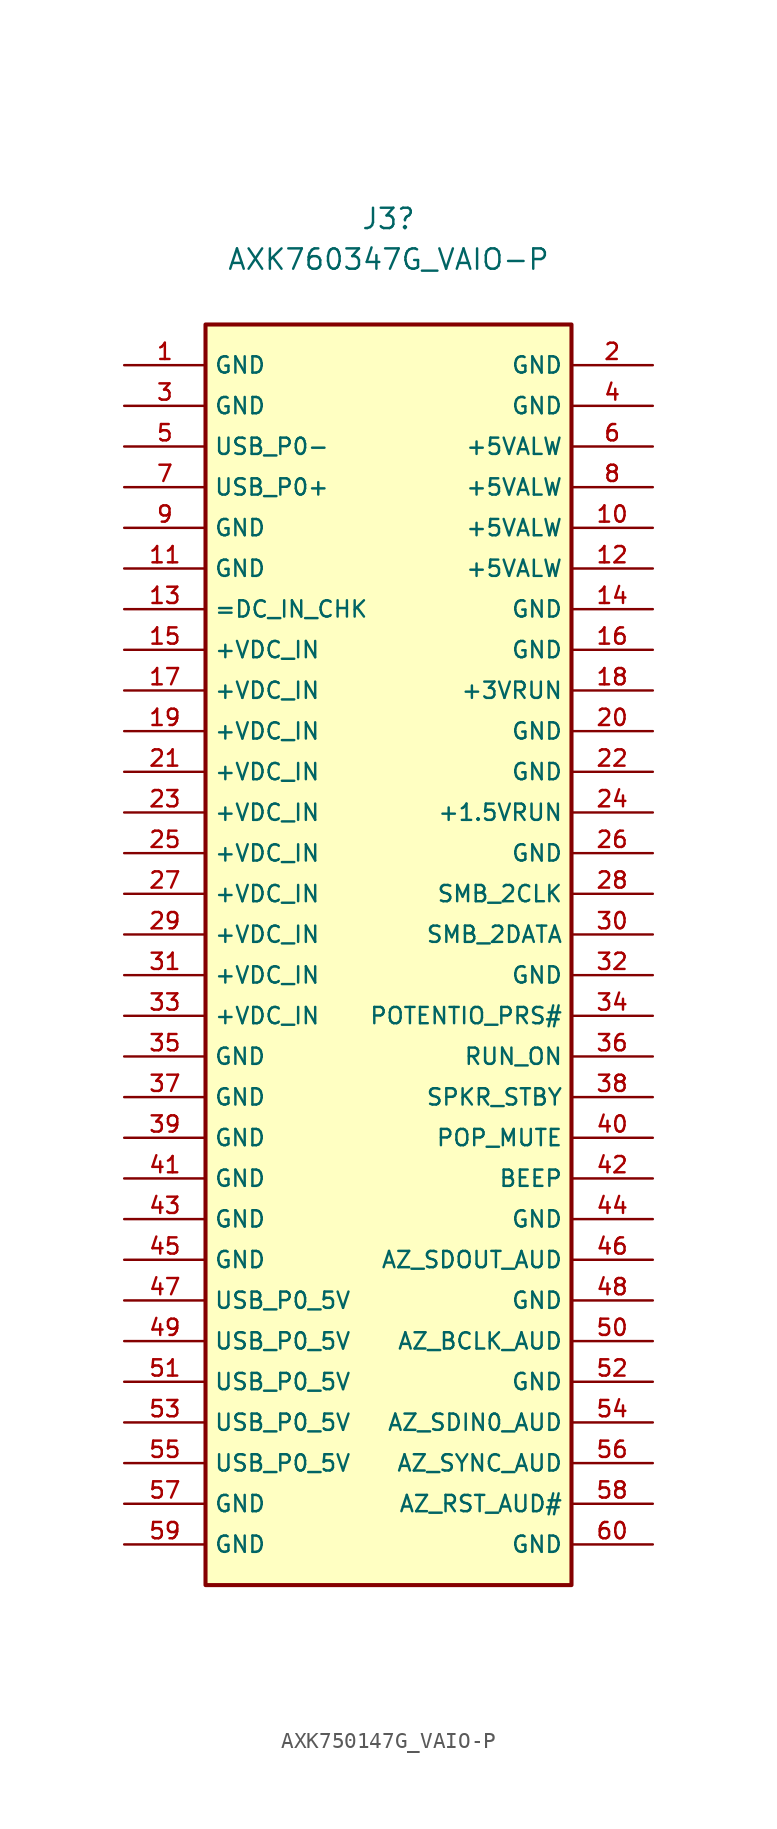
<source format=kicad_sym>
(kicad_symbol_lib
  (version 20231120)
  (generator "kicad_symbol_editor")
  (generator_version "8.0")
  (symbol "AXK750147G_VAIO-P"
    (property "Reference" "J3"
      (at 0 44.704 0)
      (effects (font (size 1.27 1.27))))
    (property "Value" "AXK760347G_VAIO-P"
      (at 0 42.164 0)
      (effects (font (size 1.27 1.27))))
    (symbol "AXK750147G_VAIO-P_0_0"
      (rectangle (start -11.43 38.1) (end 11.43 -40.64) (stroke (width 0.254) (type default)) (fill (type background))))
    (symbol "AXK750147G_VAIO-P_1_0"
      (pin passive line (at -16.51 35.56 0) (length 5.08) (name "GND" (effects (font (size 1.016 1.016)))) (number "1" (effects (font (size 1.016 1.016)))))
      (pin passive line (at 16.51 25.4 180) (length 5.08) (name "+5VALW" (effects (font (size 1.016 1.016)))) (number "10" (effects (font (size 1.016 1.016)))))
      (pin passive line (at -16.51 22.86 0) (length 5.08) (name "GND" (effects (font (size 1.016 1.016)))) (number "11" (effects (font (size 1.016 1.016)))))
      (pin passive line (at 16.51 22.86 180) (length 5.08) (name "+5VALW" (effects (font (size 1.016 1.016)))) (number "12" (effects (font (size 1.016 1.016)))))
      (pin passive line (at -16.51 20.32 0) (length 5.08) (name "=DC_IN_CHK" (effects (font (size 1.016 1.016)))) (number "13" (effects (font (size 1.016 1.016)))))
      (pin passive line (at 16.51 20.32 180) (length 5.08) (name "GND" (effects (font (size 1.016 1.016)))) (number "14" (effects (font (size 1.016 1.016)))))
      (pin passive line (at -16.51 17.78 0) (length 5.08) (name "+VDC_IN" (effects (font (size 1.016 1.016)))) (number "15" (effects (font (size 1.016 1.016)))))
      (pin passive line (at 16.51 17.78 180) (length 5.08) (name "GND" (effects (font (size 1.016 1.016)))) (number "16" (effects (font (size 1.016 1.016)))))
      (pin passive line (at -16.51 15.24 0) (length 5.08) (name "+VDC_IN" (effects (font (size 1.016 1.016)))) (number "17" (effects (font (size 1.016 1.016)))))
      (pin passive line (at 16.51 15.24 180) (length 5.08) (name "+3VRUN" (effects (font (size 1.016 1.016)))) (number "18" (effects (font (size 1.016 1.016)))))
      (pin passive line (at -16.51 12.7 0) (length 5.08) (name "+VDC_IN" (effects (font (size 1.016 1.016)))) (number "19" (effects (font (size 1.016 1.016)))))
      (pin passive line (at 16.51 35.56 180) (length 5.08) (name "GND" (effects (font (size 1.016 1.016)))) (number "2" (effects (font (size 1.016 1.016)))))
      (pin passive line (at 16.51 12.7 180) (length 5.08) (name "GND" (effects (font (size 1.016 1.016)))) (number "20" (effects (font (size 1.016 1.016)))))
      (pin passive line (at -16.51 10.16 0) (length 5.08) (name "+VDC_IN" (effects (font (size 1.016 1.016)))) (number "21" (effects (font (size 1.016 1.016)))))
      (pin passive line (at 16.51 10.16 180) (length 5.08) (name "GND" (effects (font (size 1.016 1.016)))) (number "22" (effects (font (size 1.016 1.016)))))
      (pin passive line (at -16.51 7.62 0) (length 5.08) (name "+VDC_IN" (effects (font (size 1.016 1.016)))) (number "23" (effects (font (size 1.016 1.016)))))
      (pin passive line (at 16.51 7.62 180) (length 5.08) (name "+1.5VRUN" (effects (font (size 1.016 1.016)))) (number "24" (effects (font (size 1.016 1.016)))))
      (pin passive line (at -16.51 5.08 0) (length 5.08) (name "+VDC_IN" (effects (font (size 1.016 1.016)))) (number "25" (effects (font (size 1.016 1.016)))))
      (pin passive line (at 16.51 5.08 180) (length 5.08) (name "GND" (effects (font (size 1.016 1.016)))) (number "26" (effects (font (size 1.016 1.016)))))
      (pin passive line (at -16.51 2.54 0) (length 5.08) (name "+VDC_IN" (effects (font (size 1.016 1.016)))) (number "27" (effects (font (size 1.016 1.016)))))
      (pin passive line (at 16.51 2.54 180) (length 5.08) (name "SMB_2CLK" (effects (font (size 1.016 1.016)))) (number "28" (effects (font (size 1.016 1.016)))))
      (pin passive line (at -16.51 0 0) (length 5.08) (name "+VDC_IN" (effects (font (size 1.016 1.016)))) (number "29" (effects (font (size 1.016 1.016)))))
      (pin passive line (at -16.51 33.02 0) (length 5.08) (name "GND" (effects (font (size 1.016 1.016)))) (number "3" (effects (font (size 1.016 1.016)))))
      (pin passive line (at 16.51 0 180) (length 5.08) (name "SMB_2DATA" (effects (font (size 1.016 1.016)))) (number "30" (effects (font (size 1.016 1.016)))))
      (pin passive line (at -16.51 -2.54 0) (length 5.08) (name "+VDC_IN" (effects (font (size 1.016 1.016)))) (number "31" (effects (font (size 1.016 1.016)))))
      (pin passive line (at -16.51 -5.08 0) (length 5.08) (name "+VDC_IN" (effects (font (size 1.016 1.016)))) (number "33" (effects (font (size 1.016 1.016)))))
      (pin passive line (at 16.51 -5.08 180) (length 5.08) (name "POTENTIO_PRS#" (effects (font (size 1.016 1.016)))) (number "34" (effects (font (size 1.016 1.016)))))
      (pin passive line (at -16.51 -7.62 0) (length 5.08) (name "GND" (effects (font (size 1.016 1.016)))) (number "35" (effects (font (size 1.016 1.016)))))
      (pin passive line (at 16.51 -7.62 180) (length 5.08) (name "RUN_ON" (effects (font (size 1.016 1.016)))) (number "36" (effects (font (size 1.016 1.016)))))
      (pin passive line (at -16.51 -10.16 0) (length 5.08) (name "GND" (effects (font (size 1.016 1.016)))) (number "37" (effects (font (size 1.016 1.016)))))
      (pin passive line (at 16.51 -10.16 180) (length 5.08) (name "SPKR_STBY" (effects (font (size 1.016 1.016)))) (number "38" (effects (font (size 1.016 1.016)))))
      (pin passive line (at -16.51 -12.7 0) (length 5.08) (name "GND" (effects (font (size 1.016 1.016)))) (number "39" (effects (font (size 1.016 1.016)))))
      (pin passive line (at 16.51 33.02 180) (length 5.08) (name "GND" (effects (font (size 1.016 1.016)))) (number "4" (effects (font (size 1.016 1.016)))))
      (pin passive line (at 16.51 -12.7 180) (length 5.08) (name "POP_MUTE" (effects (font (size 1.016 1.016)))) (number "40" (effects (font (size 1.016 1.016)))))
      (pin passive line (at -16.51 -15.24 0) (length 5.08) (name "GND" (effects (font (size 1.016 1.016)))) (number "41" (effects (font (size 1.016 1.016)))))
      (pin passive line (at 16.51 -15.24 180) (length 5.08) (name "BEEP" (effects (font (size 1.016 1.016)))) (number "42" (effects (font (size 1.016 1.016)))))
      (pin passive line (at -16.51 -17.78 0) (length 5.08) (name "GND" (effects (font (size 1.016 1.016)))) (number "43" (effects (font (size 1.016 1.016)))))
      (pin passive line (at 16.51 -17.78 180) (length 5.08) (name "GND" (effects (font (size 1.016 1.016)))) (number "44" (effects (font (size 1.016 1.016)))))
      (pin passive line (at -16.51 -20.32 0) (length 5.08) (name "GND" (effects (font (size 1.016 1.016)))) (number "45" (effects (font (size 1.016 1.016)))))
      (pin passive line (at 16.51 -20.32 180) (length 5.08) (name "AZ_SDOUT_AUD" (effects (font (size 1.016 1.016)))) (number "46" (effects (font (size 1.016 1.016)))))
      (pin passive line (at -16.51 -22.86 0) (length 5.08) (name "USB_P0_5V" (effects (font (size 1.016 1.016)))) (number "47" (effects (font (size 1.016 1.016)))))
      (pin passive line (at 16.51 -22.86 180) (length 5.08) (name "GND" (effects (font (size 1.016 1.016)))) (number "48" (effects (font (size 1.016 1.016)))))
      (pin passive line (at -16.51 -25.4 0) (length 5.08) (name "USB_P0_5V" (effects (font (size 1.016 1.016)))) (number "49" (effects (font (size 1.016 1.016)))))
      (pin passive line (at -16.51 30.48 0) (length 5.08) (name "USB_P0-" (effects (font (size 1.016 1.016)))) (number "5" (effects (font (size 1.016 1.016)))))
      (pin passive line (at 16.51 -25.4 180) (length 5.08) (name "AZ_BCLK_AUD" (effects (font (size 1.016 1.016)))) (number "50" (effects (font (size 1.016 1.016)))))
      (pin passive line (at -16.51 -27.94 0) (length 5.08) (name "USB_P0_5V" (effects (font (size 1.016 1.016)))) (number "51" (effects (font (size 1.016 1.016)))))
      (pin passive line (at 16.51 -27.94 180) (length 5.08) (name "GND" (effects (font (size 1.016 1.016)))) (number "52" (effects (font (size 1.016 1.016)))))
      (pin passive line (at -16.51 -30.48 0) (length 5.08) (name "USB_P0_5V" (effects (font (size 1.016 1.016)))) (number "53" (effects (font (size 1.016 1.016)))))
      (pin passive line (at 16.51 -30.48 180) (length 5.08) (name "AZ_SDIN0_AUD" (effects (font (size 1.016 1.016)))) (number "54" (effects (font (size 1.016 1.016)))))
      (pin passive line (at -16.51 -33.02 0) (length 5.08) (name "USB_P0_5V" (effects (font (size 1.016 1.016)))) (number "55" (effects (font (size 1.016 1.016)))))
      (pin passive line (at 16.51 -33.02 180) (length 5.08) (name "AZ_SYNC_AUD" (effects (font (size 1.016 1.016)))) (number "56" (effects (font (size 1.016 1.016)))))
      (pin passive line (at -16.51 -35.56 0) (length 5.08) (name "GND" (effects (font (size 1.016 1.016)))) (number "57" (effects (font (size 1.016 1.016)))))
      (pin passive line (at 16.51 -35.56 180) (length 5.08) (name "AZ_RST_AUD#" (effects (font (size 1.016 1.016)))) (number "58" (effects (font (size 1.016 1.016)))))
      (pin passive line (at -16.51 -38.1 0) (length 5.08) (name "GND" (effects (font (size 1.016 1.016)))) (number "59" (effects (font (size 1.016 1.016)))))
      (pin passive line (at 16.51 30.48 180) (length 5.08) (name "+5VALW" (effects (font (size 1.016 1.016)))) (number "6" (effects (font (size 1.016 1.016)))))
      (pin passive line (at 16.51 -38.1 180) (length 5.08) (name "GND" (effects (font (size 1.016 1.016)))) (number "60" (effects (font (size 1.016 1.016)))))
      (pin passive line (at -16.51 27.94 0) (length 5.08) (name "USB_P0+" (effects (font (size 1.016 1.016)))) (number "7" (effects (font (size 1.016 1.016)))))
      (pin passive line (at 16.51 27.94 180) (length 5.08) (name "+5VALW" (effects (font (size 1.016 1.016)))) (number "8" (effects (font (size 1.016 1.016)))))
      (pin passive line (at -16.51 25.4 0) (length 5.08) (name "GND" (effects (font (size 1.016 1.016)))) (number "9" (effects (font (size 1.016 1.016))))))
    (symbol "AXK750147G_VAIO-P_1_1"
      (pin passive line (at 16.51 -2.54 180) (length 5.08) (name "GND" (effects (font (size 1.016 1.016)))) (number "32" (effects (font (size 1.016 1.016))))))))
</source>
